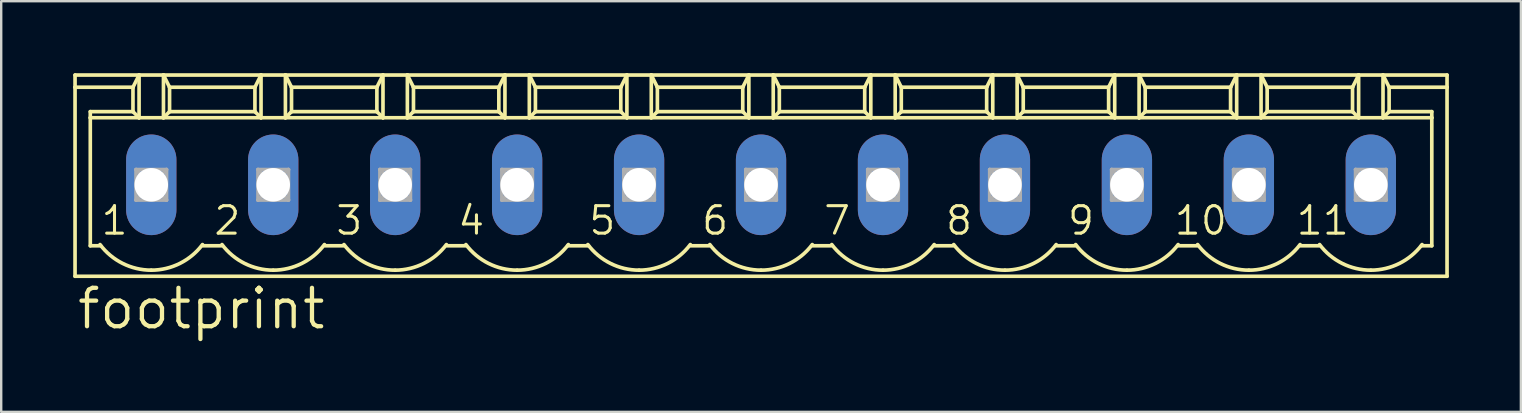
<source format=kicad_pcb>
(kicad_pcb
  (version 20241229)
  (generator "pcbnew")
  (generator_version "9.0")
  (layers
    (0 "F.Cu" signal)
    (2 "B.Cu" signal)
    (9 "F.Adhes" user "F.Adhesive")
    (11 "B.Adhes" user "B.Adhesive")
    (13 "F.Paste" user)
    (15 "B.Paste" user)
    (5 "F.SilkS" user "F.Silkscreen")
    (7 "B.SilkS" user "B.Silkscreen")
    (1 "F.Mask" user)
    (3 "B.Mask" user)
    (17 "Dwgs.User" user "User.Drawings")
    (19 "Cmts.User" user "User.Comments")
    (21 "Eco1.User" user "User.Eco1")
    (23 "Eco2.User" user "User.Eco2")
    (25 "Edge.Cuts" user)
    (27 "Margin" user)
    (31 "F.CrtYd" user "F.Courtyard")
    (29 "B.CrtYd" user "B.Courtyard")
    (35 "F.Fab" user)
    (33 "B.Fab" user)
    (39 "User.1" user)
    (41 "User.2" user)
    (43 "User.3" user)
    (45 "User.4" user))
  (footprint "footprint"
    (layer "F.Cu")
    (at 28.651 4.648)
    (property "Reference" "footprint" (at -28.575 6.096 0) (layer "F.SilkS") (effects (font (size 1.6 1.6) (thickness 0.178)) (justify left bottom)))
    (fp_line (start -28.575 -4.572) (end -28.575 -4.064) (stroke (width 0.152) (type solid)) (layer "F.SilkS"))
    (fp_line (start -28.575 -4.572) (end -25.908 -4.572) (stroke (width 0.152) (type solid)) (layer "F.SilkS"))
    (fp_line (start -28.575 -4.064) (end -28.575 3.81) (stroke (width 0.152) (type solid)) (layer "F.SilkS"))
    (fp_line (start -28.575 -4.064) (end -26.162 -4.064) (stroke (width 0.152) (type solid)) (layer "F.SilkS"))
    (fp_line (start -28.575 3.81) (end 28.575 3.81) (stroke (width 0.152) (type solid)) (layer "F.SilkS"))
    (fp_line (start -27.94 -2.794) (end -27.94 -3.048) (stroke (width 0.152) (type solid)) (layer "F.SilkS"))
    (fp_line (start -27.94 -2.794) (end -25.908 -2.794) (stroke (width 0.152) (type solid)) (layer "F.SilkS"))
    (fp_line (start -27.94 2.54) (end -27.94 -2.794) (stroke (width 0.152) (type solid)) (layer "F.SilkS"))
    (fp_line (start -27.94 2.54) (end -27.508 2.54) (stroke (width 0.152) (type solid)) (layer "F.SilkS"))
    (fp_line (start -26.162 -4.064) (end -26.162 -3.048) (stroke (width 0.152) (type solid)) (layer "F.SilkS"))
    (fp_line (start -26.162 -4.064) (end -25.908 -4.572) (stroke (width 0.152) (type solid)) (layer "F.SilkS"))
    (fp_line (start -26.162 -3.048) (end -27.94 -3.048) (stroke (width 0.152) (type solid)) (layer "F.SilkS"))
    (fp_line (start -26.162 -3.048) (end -25.908 -2.794) (stroke (width 0.152) (type solid)) (layer "F.SilkS"))
    (fp_line (start -25.908 -4.572) (end -24.892 -4.572) (stroke (width 0.152) (type solid)) (layer "F.SilkS"))
    (fp_line (start -25.908 -2.794) (end -25.908 -4.572) (stroke (width 0.152) (type solid)) (layer "F.SilkS"))
    (fp_line (start -25.908 -2.794) (end -24.892 -2.794) (stroke (width 0.152) (type solid)) (layer "F.SilkS"))
    (fp_line (start -24.892 -4.572) (end -24.638 -4.064) (stroke (width 0.152) (type solid)) (layer "F.SilkS"))
    (fp_line (start -24.892 -4.572) (end -20.828 -4.572) (stroke (width 0.152) (type solid)) (layer "F.SilkS"))
    (fp_line (start -24.892 -2.794) (end -24.892 -4.572) (stroke (width 0.152) (type solid)) (layer "F.SilkS"))
    (fp_line (start -24.892 -2.794) (end -20.828 -2.794) (stroke (width 0.152) (type solid)) (layer "F.SilkS"))
    (fp_line (start -24.638 -4.064) (end -24.638 -3.048) (stroke (width 0.152) (type solid)) (layer "F.SilkS"))
    (fp_line (start -24.638 -4.064) (end -21.082 -4.064) (stroke (width 0.152) (type solid)) (layer "F.SilkS"))
    (fp_line (start -24.638 -3.048) (end -24.892 -2.794) (stroke (width 0.152) (type solid)) (layer "F.SilkS"))
    (fp_line (start -23.241 2.54) (end -22.479 2.54) (stroke (width 0.152) (type solid)) (layer "F.SilkS"))
    (fp_line (start -21.082 -4.064) (end -21.082 -3.048) (stroke (width 0.152) (type solid)) (layer "F.SilkS"))
    (fp_line (start -21.082 -4.064) (end -20.828 -4.572) (stroke (width 0.152) (type solid)) (layer "F.SilkS"))
    (fp_line (start -21.082 -3.048) (end -24.638 -3.048) (stroke (width 0.152) (type solid)) (layer "F.SilkS"))
    (fp_line (start -21.082 -3.048) (end -20.828 -2.794) (stroke (width 0.152) (type solid)) (layer "F.SilkS"))
    (fp_line (start -20.828 -4.572) (end -19.812 -4.572) (stroke (width 0.152) (type solid)) (layer "F.SilkS"))
    (fp_line (start -20.828 -2.794) (end -20.828 -4.572) (stroke (width 0.152) (type solid)) (layer "F.SilkS"))
    (fp_line (start -20.828 -2.794) (end -19.812 -2.794) (stroke (width 0.152) (type solid)) (layer "F.SilkS"))
    (fp_line (start -19.812 -4.572) (end -19.558 -4.064) (stroke (width 0.152) (type solid)) (layer "F.SilkS"))
    (fp_line (start -19.812 -4.572) (end -15.748 -4.572) (stroke (width 0.152) (type solid)) (layer "F.SilkS"))
    (fp_line (start -19.812 -2.794) (end -19.812 -4.572) (stroke (width 0.152) (type solid)) (layer "F.SilkS"))
    (fp_line (start -19.812 -2.794) (end -15.748 -2.794) (stroke (width 0.152) (type solid)) (layer "F.SilkS"))
    (fp_line (start -19.558 -4.064) (end -19.558 -3.048) (stroke (width 0.152) (type solid)) (layer "F.SilkS"))
    (fp_line (start -19.558 -4.064) (end -16.002 -4.064) (stroke (width 0.152) (type solid)) (layer "F.SilkS"))
    (fp_line (start -19.558 -3.048) (end -19.812 -2.794) (stroke (width 0.152) (type solid)) (layer "F.SilkS"))
    (fp_line (start -18.161 2.54) (end -17.399 2.54) (stroke (width 0.152) (type solid)) (layer "F.SilkS"))
    (fp_line (start -16.002 -4.064) (end -16.002 -3.048) (stroke (width 0.152) (type solid)) (layer "F.SilkS"))
    (fp_line (start -16.002 -4.064) (end -15.748 -4.572) (stroke (width 0.152) (type solid)) (layer "F.SilkS"))
    (fp_line (start -16.002 -3.048) (end -19.558 -3.048) (stroke (width 0.152) (type solid)) (layer "F.SilkS"))
    (fp_line (start -16.002 -3.048) (end -15.748 -2.794) (stroke (width 0.152) (type solid)) (layer "F.SilkS"))
    (fp_line (start -15.748 -4.572) (end -14.732 -4.572) (stroke (width 0.152) (type solid)) (layer "F.SilkS"))
    (fp_line (start -15.748 -2.794) (end -15.748 -4.572) (stroke (width 0.152) (type solid)) (layer "F.SilkS"))
    (fp_line (start -15.748 -2.794) (end -14.732 -2.794) (stroke (width 0.152) (type solid)) (layer "F.SilkS"))
    (fp_line (start -14.732 -4.572) (end -14.478 -4.064) (stroke (width 0.152) (type solid)) (layer "F.SilkS"))
    (fp_line (start -14.732 -4.572) (end -10.668 -4.572) (stroke (width 0.152) (type solid)) (layer "F.SilkS"))
    (fp_line (start -14.732 -2.794) (end -14.732 -4.572) (stroke (width 0.152) (type solid)) (layer "F.SilkS"))
    (fp_line (start -14.732 -2.794) (end -10.668 -2.794) (stroke (width 0.152) (type solid)) (layer "F.SilkS"))
    (fp_line (start -14.478 -4.064) (end -14.478 -3.048) (stroke (width 0.152) (type solid)) (layer "F.SilkS"))
    (fp_line (start -14.478 -4.064) (end -10.922 -4.064) (stroke (width 0.152) (type solid)) (layer "F.SilkS"))
    (fp_line (start -14.478 -3.048) (end -14.732 -2.794) (stroke (width 0.152) (type solid)) (layer "F.SilkS"))
    (fp_line (start -14.478 -3.048) (end -10.922 -3.048) (stroke (width 0.152) (type solid)) (layer "F.SilkS"))
    (fp_line (start -13.081 2.54) (end -12.319 2.54) (stroke (width 0.152) (type solid)) (layer "F.SilkS"))
    (fp_line (start -10.922 -4.064) (end -10.922 -3.048) (stroke (width 0.152) (type solid)) (layer "F.SilkS"))
    (fp_line (start -10.922 -4.064) (end -10.668 -4.572) (stroke (width 0.152) (type solid)) (layer "F.SilkS"))
    (fp_line (start -10.922 -3.048) (end -10.668 -2.794) (stroke (width 0.152) (type solid)) (layer "F.SilkS"))
    (fp_line (start -10.668 -4.572) (end -9.652 -4.572) (stroke (width 0.152) (type solid)) (layer "F.SilkS"))
    (fp_line (start -10.668 -2.794) (end -10.668 -4.572) (stroke (width 0.152) (type solid)) (layer "F.SilkS"))
    (fp_line (start -10.668 -2.794) (end -9.652 -2.794) (stroke (width 0.152) (type solid)) (layer "F.SilkS"))
    (fp_line (start -9.652 -4.572) (end -9.398 -4.064) (stroke (width 0.152) (type solid)) (layer "F.SilkS"))
    (fp_line (start -9.652 -4.572) (end -5.588 -4.572) (stroke (width 0.152) (type solid)) (layer "F.SilkS"))
    (fp_line (start -9.652 -2.794) (end -9.652 -4.572) (stroke (width 0.152) (type solid)) (layer "F.SilkS"))
    (fp_line (start -9.652 -2.794) (end -5.588 -2.794) (stroke (width 0.152) (type solid)) (layer "F.SilkS"))
    (fp_line (start -9.398 -4.064) (end -9.398 -3.048) (stroke (width 0.152) (type solid)) (layer "F.SilkS"))
    (fp_line (start -9.398 -4.064) (end -5.842 -4.064) (stroke (width 0.152) (type solid)) (layer "F.SilkS"))
    (fp_line (start -9.398 -3.048) (end -9.652 -2.794) (stroke (width 0.152) (type solid)) (layer "F.SilkS"))
    (fp_line (start -8.052 2.54) (end -7.188 2.54) (stroke (width 0.152) (type solid)) (layer "F.SilkS"))
    (fp_line (start -5.842 -4.064) (end -5.842 -3.048) (stroke (width 0.152) (type solid)) (layer "F.SilkS"))
    (fp_line (start -5.842 -4.064) (end -5.588 -4.572) (stroke (width 0.152) (type solid)) (layer "F.SilkS"))
    (fp_line (start -5.842 -3.048) (end -9.398 -3.048) (stroke (width 0.152) (type solid)) (layer "F.SilkS"))
    (fp_line (start -5.842 -3.048) (end -5.588 -2.794) (stroke (width 0.152) (type solid)) (layer "F.SilkS"))
    (fp_line (start -5.588 -4.572) (end -4.572 -4.572) (stroke (width 0.152) (type solid)) (layer "F.SilkS"))
    (fp_line (start -5.588 -2.794) (end -5.588 -4.572) (stroke (width 0.152) (type solid)) (layer "F.SilkS"))
    (fp_line (start -5.588 -2.794) (end -4.572 -2.794) (stroke (width 0.152) (type solid)) (layer "F.SilkS"))
    (fp_line (start -4.572 -4.572) (end -4.318 -4.064) (stroke (width 0.152) (type solid)) (layer "F.SilkS"))
    (fp_line (start -4.572 -4.572) (end -0.508 -4.572) (stroke (width 0.152) (type solid)) (layer "F.SilkS"))
    (fp_line (start -4.572 -2.794) (end -4.572 -4.572) (stroke (width 0.152) (type solid)) (layer "F.SilkS"))
    (fp_line (start -4.572 -2.794) (end -0.508 -2.794) (stroke (width 0.152) (type solid)) (layer "F.SilkS"))
    (fp_line (start -4.318 -4.064) (end -4.318 -3.048) (stroke (width 0.152) (type solid)) (layer "F.SilkS"))
    (fp_line (start -4.318 -4.064) (end -0.762 -4.064) (stroke (width 0.152) (type solid)) (layer "F.SilkS"))
    (fp_line (start -4.318 -3.048) (end -4.572 -2.794) (stroke (width 0.152) (type solid)) (layer "F.SilkS"))
    (fp_line (start -2.921 2.54) (end -2.159 2.54) (stroke (width 0.152) (type solid)) (layer "F.SilkS"))
    (fp_line (start -0.762 -4.064) (end -0.762 -3.048) (stroke (width 0.152) (type solid)) (layer "F.SilkS"))
    (fp_line (start -0.762 -4.064) (end -0.508 -4.572) (stroke (width 0.152) (type solid)) (layer "F.SilkS"))
    (fp_line (start -0.762 -3.048) (end -4.318 -3.048) (stroke (width 0.152) (type solid)) (layer "F.SilkS"))
    (fp_line (start -0.762 -3.048) (end -0.508 -2.794) (stroke (width 0.152) (type solid)) (layer "F.SilkS"))
    (fp_line (start -0.508 -4.572) (end 0.508 -4.572) (stroke (width 0.152) (type solid)) (layer "F.SilkS"))
    (fp_line (start -0.508 -2.794) (end -0.508 -4.572) (stroke (width 0.152) (type solid)) (layer "F.SilkS"))
    (fp_line (start -0.508 -2.794) (end 0.508 -2.794) (stroke (width 0.152) (type solid)) (layer "F.SilkS"))
    (fp_line (start 0.508 -4.572) (end 0.762 -4.064) (stroke (width 0.152) (type solid)) (layer "F.SilkS"))
    (fp_line (start 0.508 -4.572) (end 4.572 -4.572) (stroke (width 0.152) (type solid)) (layer "F.SilkS"))
    (fp_line (start 0.508 -2.794) (end 0.508 -4.572) (stroke (width 0.152) (type solid)) (layer "F.SilkS"))
    (fp_line (start 0.508 -2.794) (end 4.572 -2.794) (stroke (width 0.152) (type solid)) (layer "F.SilkS"))
    (fp_line (start 0.762 -4.064) (end 0.762 -3.048) (stroke (width 0.152) (type solid)) (layer "F.SilkS"))
    (fp_line (start 0.762 -4.064) (end 4.318 -4.064) (stroke (width 0.152) (type solid)) (layer "F.SilkS"))
    (fp_line (start 0.762 -3.048) (end 0.508 -2.794) (stroke (width 0.152) (type solid)) (layer "F.SilkS"))
    (fp_line (start 2.159 2.54) (end 2.921 2.54) (stroke (width 0.152) (type solid)) (layer "F.SilkS"))
    (fp_line (start 4.318 -4.064) (end 4.318 -3.048) (stroke (width 0.152) (type solid)) (layer "F.SilkS"))
    (fp_line (start 4.318 -4.064) (end 4.572 -4.572) (stroke (width 0.152) (type solid)) (layer "F.SilkS"))
    (fp_line (start 4.318 -3.048) (end 0.762 -3.048) (stroke (width 0.152) (type solid)) (layer "F.SilkS"))
    (fp_line (start 4.318 -3.048) (end 4.572 -2.794) (stroke (width 0.152) (type solid)) (layer "F.SilkS"))
    (fp_line (start 4.572 -4.572) (end 5.588 -4.572) (stroke (width 0.152) (type solid)) (layer "F.SilkS"))
    (fp_line (start 4.572 -2.794) (end 4.572 -4.572) (stroke (width 0.152) (type solid)) (layer "F.SilkS"))
    (fp_line (start 4.572 -2.794) (end 5.588 -2.794) (stroke (width 0.152) (type solid)) (layer "F.SilkS"))
    (fp_line (start 5.588 -4.572) (end 5.842 -4.064) (stroke (width 0.152) (type solid)) (layer "F.SilkS"))
    (fp_line (start 5.588 -4.572) (end 9.652 -4.572) (stroke (width 0.152) (type solid)) (layer "F.SilkS"))
    (fp_line (start 5.588 -2.794) (end 5.588 -4.572) (stroke (width 0.152) (type solid)) (layer "F.SilkS"))
    (fp_line (start 5.588 -2.794) (end 9.652 -2.794) (stroke (width 0.152) (type solid)) (layer "F.SilkS"))
    (fp_line (start 5.842 -4.064) (end 5.842 -3.048) (stroke (width 0.152) (type solid)) (layer "F.SilkS"))
    (fp_line (start 5.842 -4.064) (end 9.398 -4.064) (stroke (width 0.152) (type solid)) (layer "F.SilkS"))
    (fp_line (start 5.842 -3.048) (end 5.588 -2.794) (stroke (width 0.152) (type solid)) (layer "F.SilkS"))
    (fp_line (start 5.842 -3.048) (end 9.398 -3.048) (stroke (width 0.152) (type solid)) (layer "F.SilkS"))
    (fp_line (start 7.239 2.54) (end 8.001 2.54) (stroke (width 0.152) (type solid)) (layer "F.SilkS"))
    (fp_line (start 9.398 -4.064) (end 9.398 -3.048) (stroke (width 0.152) (type solid)) (layer "F.SilkS"))
    (fp_line (start 9.398 -4.064) (end 9.652 -4.572) (stroke (width 0.152) (type solid)) (layer "F.SilkS"))
    (fp_line (start 9.398 -3.048) (end 9.652 -2.794) (stroke (width 0.152) (type solid)) (layer "F.SilkS"))
    (fp_line (start 9.652 -4.572) (end 10.668 -4.572) (stroke (width 0.152) (type solid)) (layer "F.SilkS"))
    (fp_line (start 9.652 -2.794) (end 9.652 -4.572) (stroke (width 0.152) (type solid)) (layer "F.SilkS"))
    (fp_line (start 9.652 -2.794) (end 10.668 -2.794) (stroke (width 0.152) (type solid)) (layer "F.SilkS"))
    (fp_line (start 10.668 -4.572) (end 10.922 -4.064) (stroke (width 0.152) (type solid)) (layer "F.SilkS"))
    (fp_line (start 10.668 -4.572) (end 14.732 -4.572) (stroke (width 0.152) (type solid)) (layer "F.SilkS"))
    (fp_line (start 10.668 -2.794) (end 10.668 -4.572) (stroke (width 0.152) (type solid)) (layer "F.SilkS"))
    (fp_line (start 10.668 -2.794) (end 14.732 -2.794) (stroke (width 0.152) (type solid)) (layer "F.SilkS"))
    (fp_line (start 10.922 -4.064) (end 10.922 -3.048) (stroke (width 0.152) (type solid)) (layer "F.SilkS"))
    (fp_line (start 10.922 -4.064) (end 14.478 -4.064) (stroke (width 0.152) (type solid)) (layer "F.SilkS"))
    (fp_line (start 10.922 -3.048) (end 10.668 -2.794) (stroke (width 0.152) (type solid)) (layer "F.SilkS"))
    (fp_line (start 10.922 -3.048) (end 14.478 -3.048) (stroke (width 0.152) (type solid)) (layer "F.SilkS"))
    (fp_line (start 12.319 2.54) (end 13.081 2.54) (stroke (width 0.152) (type solid)) (layer "F.SilkS"))
    (fp_line (start 14.478 -4.064) (end 14.478 -3.048) (stroke (width 0.152) (type solid)) (layer "F.SilkS"))
    (fp_line (start 14.478 -4.064) (end 14.732 -4.572) (stroke (width 0.152) (type solid)) (layer "F.SilkS"))
    (fp_line (start 14.478 -3.048) (end 14.732 -2.794) (stroke (width 0.152) (type solid)) (layer "F.SilkS"))
    (fp_line (start 14.732 -4.572) (end 15.748 -4.572) (stroke (width 0.152) (type solid)) (layer "F.SilkS"))
    (fp_line (start 14.732 -2.794) (end 14.732 -4.572) (stroke (width 0.152) (type solid)) (layer "F.SilkS"))
    (fp_line (start 14.732 -2.794) (end 15.748 -2.794) (stroke (width 0.152) (type solid)) (layer "F.SilkS"))
    (fp_line (start 15.748 -4.572) (end 16.002 -4.064) (stroke (width 0.152) (type solid)) (layer "F.SilkS"))
    (fp_line (start 15.748 -4.572) (end 19.812 -4.572) (stroke (width 0.152) (type solid)) (layer "F.SilkS"))
    (fp_line (start 15.748 -2.794) (end 15.748 -4.572) (stroke (width 0.152) (type solid)) (layer "F.SilkS"))
    (fp_line (start 15.748 -2.794) (end 19.812 -2.794) (stroke (width 0.152) (type solid)) (layer "F.SilkS"))
    (fp_line (start 16.002 -4.064) (end 16.002 -3.048) (stroke (width 0.152) (type solid)) (layer "F.SilkS"))
    (fp_line (start 16.002 -4.064) (end 19.558 -4.064) (stroke (width 0.152) (type solid)) (layer "F.SilkS"))
    (fp_line (start 16.002 -3.048) (end 15.748 -2.794) (stroke (width 0.152) (type solid)) (layer "F.SilkS"))
    (fp_line (start 16.002 -3.048) (end 19.558 -3.048) (stroke (width 0.152) (type solid)) (layer "F.SilkS"))
    (fp_line (start 17.399 2.54) (end 18.161 2.54) (stroke (width 0.152) (type solid)) (layer "F.SilkS"))
    (fp_line (start 19.558 -4.064) (end 19.558 -3.048) (stroke (width 0.152) (type solid)) (layer "F.SilkS"))
    (fp_line (start 19.558 -4.064) (end 19.812 -4.572) (stroke (width 0.152) (type solid)) (layer "F.SilkS"))
    (fp_line (start 19.558 -3.048) (end 19.812 -2.794) (stroke (width 0.152) (type solid)) (layer "F.SilkS"))
    (fp_line (start 19.812 -4.572) (end 20.828 -4.572) (stroke (width 0.152) (type solid)) (layer "F.SilkS"))
    (fp_line (start 19.812 -2.794) (end 19.812 -4.572) (stroke (width 0.152) (type solid)) (layer "F.SilkS"))
    (fp_line (start 19.812 -2.794) (end 20.828 -2.794) (stroke (width 0.152) (type solid)) (layer "F.SilkS"))
    (fp_line (start 20.828 -4.572) (end 21.082 -4.064) (stroke (width 0.152) (type solid)) (layer "F.SilkS"))
    (fp_line (start 20.828 -4.572) (end 24.892 -4.572) (stroke (width 0.152) (type solid)) (layer "F.SilkS"))
    (fp_line (start 20.828 -2.794) (end 20.828 -4.572) (stroke (width 0.152) (type solid)) (layer "F.SilkS"))
    (fp_line (start 20.828 -2.794) (end 24.892 -2.794) (stroke (width 0.152) (type solid)) (layer "F.SilkS"))
    (fp_line (start 21.082 -4.064) (end 21.082 -3.048) (stroke (width 0.152) (type solid)) (layer "F.SilkS"))
    (fp_line (start 21.082 -4.064) (end 24.638 -4.064) (stroke (width 0.152) (type solid)) (layer "F.SilkS"))
    (fp_line (start 21.082 -3.048) (end 20.828 -2.794) (stroke (width 0.152) (type solid)) (layer "F.SilkS"))
    (fp_line (start 21.082 -3.048) (end 24.638 -3.048) (stroke (width 0.152) (type solid)) (layer "F.SilkS"))
    (fp_line (start 22.479 2.54) (end 23.241 2.54) (stroke (width 0.152) (type solid)) (layer "F.SilkS"))
    (fp_line (start 24.638 -4.064) (end 24.638 -3.048) (stroke (width 0.152) (type solid)) (layer "F.SilkS"))
    (fp_line (start 24.638 -4.064) (end 24.892 -4.572) (stroke (width 0.152) (type solid)) (layer "F.SilkS"))
    (fp_line (start 24.638 -3.048) (end 24.892 -2.794) (stroke (width 0.152) (type solid)) (layer "F.SilkS"))
    (fp_line (start 24.892 -4.572) (end 25.908 -4.572) (stroke (width 0.152) (type solid)) (layer "F.SilkS"))
    (fp_line (start 24.892 -2.794) (end 24.892 -4.572) (stroke (width 0.152) (type solid)) (layer "F.SilkS"))
    (fp_line (start 24.892 -2.794) (end 25.908 -2.794) (stroke (width 0.152) (type solid)) (layer "F.SilkS"))
    (fp_line (start 25.908 -4.572) (end 26.162 -4.064) (stroke (width 0.152) (type solid)) (layer "F.SilkS"))
    (fp_line (start 25.908 -4.572) (end 28.575 -4.572) (stroke (width 0.152) (type solid)) (layer "F.SilkS"))
    (fp_line (start 25.908 -2.794) (end 25.908 -4.572) (stroke (width 0.152) (type solid)) (layer "F.SilkS"))
    (fp_line (start 25.908 -2.794) (end 27.94 -2.794) (stroke (width 0.152) (type solid)) (layer "F.SilkS"))
    (fp_line (start 26.162 -4.064) (end 26.162 -3.048) (stroke (width 0.152) (type solid)) (layer "F.SilkS"))
    (fp_line (start 26.162 -4.064) (end 28.575 -4.064) (stroke (width 0.152) (type solid)) (layer "F.SilkS"))
    (fp_line (start 26.162 -3.048) (end 25.908 -2.794) (stroke (width 0.152) (type solid)) (layer "F.SilkS"))
    (fp_line (start 26.162 -3.048) (end 27.94 -3.048) (stroke (width 0.152) (type solid)) (layer "F.SilkS"))
    (fp_line (start 27.508 2.54) (end 27.94 2.54) (stroke (width 0.152) (type solid)) (layer "F.SilkS"))
    (fp_line (start 27.94 -3.048) (end 27.94 -2.794) (stroke (width 0.152) (type solid)) (layer "F.SilkS"))
    (fp_line (start 27.94 -2.794) (end 27.94 2.54) (stroke (width 0.152) (type solid)) (layer "F.SilkS"))
    (fp_line (start 28.575 -4.064) (end 28.575 -4.572) (stroke (width 0.152) (type solid)) (layer "F.SilkS"))
    (fp_line (start 28.575 3.81) (end 28.575 -4.064) (stroke (width 0.152) (type solid)) (layer "F.SilkS"))
    (fp_arc (start -25.399999 3.556) (mid -26.592718 3.274437) (end -27.5336 2.4892) (stroke (width 0.1524) (type solid)) (layer "F.SilkS"))
    (fp_arc (start -23.266399 2.4892) (mid -24.207281 3.274438) (end -25.4 3.556) (stroke (width 0.1524) (type solid)) (layer "F.SilkS"))
    (fp_arc (start -20.319999 3.556) (mid -21.512718 3.274437) (end -22.4536 2.4892) (stroke (width 0.1524) (type solid)) (layer "F.SilkS"))
    (fp_arc (start -18.186399 2.4892) (mid -19.127281 3.274438) (end -20.32 3.556) (stroke (width 0.1524) (type solid)) (layer "F.SilkS"))
    (fp_arc (start -15.239999 3.556) (mid -16.432718 3.274437) (end -17.3736 2.4892) (stroke (width 0.1524) (type solid)) (layer "F.SilkS"))
    (fp_arc (start -13.106399 2.4892) (mid -14.047281 3.274438) (end -15.24 3.556) (stroke (width 0.1524) (type solid)) (layer "F.SilkS"))
    (fp_arc (start -10.159999 3.556) (mid -11.352718 3.274437) (end -12.2936 2.4892) (stroke (width 0.1524) (type solid)) (layer "F.SilkS"))
    (fp_arc (start -8.026399 2.4892) (mid -8.967281 3.274438) (end -10.16 3.556) (stroke (width 0.1524) (type solid)) (layer "F.SilkS"))
    (fp_arc (start -5.079999 3.556) (mid -6.272718 3.274437) (end -7.2136 2.4892) (stroke (width 0.1524) (type solid)) (layer "F.SilkS"))
    (fp_arc (start -2.946399 2.4892) (mid -3.887281 3.274438) (end -5.08 3.556) (stroke (width 0.1524) (type solid)) (layer "F.SilkS"))
    (fp_arc (start 0.000001 3.556) (mid -1.192718 3.274438) (end -2.1336 2.4892) (stroke (width 0.1524) (type solid)) (layer "F.SilkS"))
    (fp_arc (start 2.133601 2.4892) (mid 1.192719 3.274438) (end 0 3.556) (stroke (width 0.1524) (type solid)) (layer "F.SilkS"))
    (fp_arc (start 5.080001 3.556) (mid 3.887282 3.274438) (end 2.9464 2.4892) (stroke (width 0.1524) (type solid)) (layer "F.SilkS"))
    (fp_arc (start 7.2136 2.489199) (mid 6.272719 3.274437) (end 5.08 3.556) (stroke (width 0.1524) (type solid)) (layer "F.SilkS"))
    (fp_arc (start 10.160001 3.556) (mid 8.967282 3.274438) (end 8.0264 2.4892) (stroke (width 0.1524) (type solid)) (layer "F.SilkS"))
    (fp_arc (start 12.2936 2.489199) (mid 11.352719 3.274437) (end 10.16 3.556) (stroke (width 0.1524) (type solid)) (layer "F.SilkS"))
    (fp_arc (start 15.240001 3.556) (mid 14.047282 3.274438) (end 13.1064 2.4892) (stroke (width 0.1524) (type solid)) (layer "F.SilkS"))
    (fp_arc (start 17.3736 2.489199) (mid 16.432719 3.274437) (end 15.24 3.556) (stroke (width 0.1524) (type solid)) (layer "F.SilkS"))
    (fp_arc (start 20.320001 3.556) (mid 19.127282 3.274438) (end 18.1864 2.4892) (stroke (width 0.1524) (type solid)) (layer "F.SilkS"))
    (fp_arc (start 22.4536 2.489199) (mid 21.512719 3.274437) (end 20.32 3.556) (stroke (width 0.1524) (type solid)) (layer "F.SilkS"))
    (fp_arc (start 25.400001 3.556) (mid 24.207282 3.274438) (end 23.2664 2.4892) (stroke (width 0.1524) (type solid)) (layer "F.SilkS"))
    (fp_arc (start 27.5336 2.489199) (mid 26.592719 3.274437) (end 25.4 3.556) (stroke (width 0.1524) (type solid)) (layer "F.SilkS"))
    (fp_line (start -26.035 -0.635) (end -26.035 0.635) (stroke (width 0.152) (type solid)) (layer "F.Fab"))
    (fp_line (start -26.035 -0.635) (end -24.765 0.635) (stroke (width 0.152) (type solid)) (layer "F.Fab"))
    (fp_line (start -26.035 0.635) (end -24.765 -0.635) (stroke (width 0.152) (type solid)) (layer "F.Fab"))
    (fp_line (start -26.035 0.635) (end -24.765 0.635) (stroke (width 0.152) (type solid)) (layer "F.Fab"))
    (fp_line (start -24.765 -0.635) (end -26.035 -0.635) (stroke (width 0.152) (type solid)) (layer "F.Fab"))
    (fp_line (start -24.765 0.635) (end -24.765 -0.635) (stroke (width 0.152) (type solid)) (layer "F.Fab"))
    (fp_line (start -20.955 -0.635) (end -20.955 0.635) (stroke (width 0.152) (type solid)) (layer "F.Fab"))
    (fp_line (start -20.955 -0.635) (end -19.685 0.635) (stroke (width 0.152) (type solid)) (layer "F.Fab"))
    (fp_line (start -20.955 0.635) (end -19.685 -0.635) (stroke (width 0.152) (type solid)) (layer "F.Fab"))
    (fp_line (start -20.955 0.635) (end -19.685 0.635) (stroke (width 0.152) (type solid)) (layer "F.Fab"))
    (fp_line (start -19.685 -0.635) (end -20.955 -0.635) (stroke (width 0.152) (type solid)) (layer "F.Fab"))
    (fp_line (start -19.685 0.635) (end -19.685 -0.635) (stroke (width 0.152) (type solid)) (layer "F.Fab"))
    (fp_line (start -15.875 -0.635) (end -15.875 0.635) (stroke (width 0.152) (type solid)) (layer "F.Fab"))
    (fp_line (start -15.875 -0.635) (end -14.605 0.635) (stroke (width 0.152) (type solid)) (layer "F.Fab"))
    (fp_line (start -15.875 0.635) (end -14.605 -0.635) (stroke (width 0.152) (type solid)) (layer "F.Fab"))
    (fp_line (start -15.875 0.635) (end -14.605 0.635) (stroke (width 0.152) (type solid)) (layer "F.Fab"))
    (fp_line (start -14.605 -0.635) (end -15.875 -0.635) (stroke (width 0.152) (type solid)) (layer "F.Fab"))
    (fp_line (start -14.605 0.635) (end -14.605 -0.635) (stroke (width 0.152) (type solid)) (layer "F.Fab"))
    (fp_line (start -10.795 -0.635) (end -10.795 0.635) (stroke (width 0.152) (type solid)) (layer "F.Fab"))
    (fp_line (start -10.795 -0.635) (end -9.525 0.635) (stroke (width 0.152) (type solid)) (layer "F.Fab"))
    (fp_line (start -10.795 0.635) (end -9.525 -0.635) (stroke (width 0.152) (type solid)) (layer "F.Fab"))
    (fp_line (start -10.795 0.635) (end -9.525 0.635) (stroke (width 0.152) (type solid)) (layer "F.Fab"))
    (fp_line (start -9.525 -0.635) (end -10.795 -0.635) (stroke (width 0.152) (type solid)) (layer "F.Fab"))
    (fp_line (start -9.525 0.635) (end -9.525 -0.635) (stroke (width 0.152) (type solid)) (layer "F.Fab"))
    (fp_line (start -5.715 -0.635) (end -5.715 0.635) (stroke (width 0.152) (type solid)) (layer "F.Fab"))
    (fp_line (start -5.715 -0.635) (end -4.445 0.635) (stroke (width 0.152) (type solid)) (layer "F.Fab"))
    (fp_line (start -5.715 0.635) (end -4.445 -0.635) (stroke (width 0.152) (type solid)) (layer "F.Fab"))
    (fp_line (start -5.715 0.635) (end -4.445 0.635) (stroke (width 0.152) (type solid)) (layer "F.Fab"))
    (fp_line (start -4.445 -0.635) (end -5.715 -0.635) (stroke (width 0.152) (type solid)) (layer "F.Fab"))
    (fp_line (start -4.445 0.635) (end -4.445 -0.635) (stroke (width 0.152) (type solid)) (layer "F.Fab"))
    (fp_line (start -0.635 -0.635) (end -0.635 0.635) (stroke (width 0.152) (type solid)) (layer "F.Fab"))
    (fp_line (start -0.635 -0.635) (end 0.635 0.635) (stroke (width 0.152) (type solid)) (layer "F.Fab"))
    (fp_line (start -0.635 0.635) (end 0.635 -0.635) (stroke (width 0.152) (type solid)) (layer "F.Fab"))
    (fp_line (start -0.635 0.635) (end 0.635 0.635) (stroke (width 0.152) (type solid)) (layer "F.Fab"))
    (fp_line (start 0.635 -0.635) (end -0.635 -0.635) (stroke (width 0.152) (type solid)) (layer "F.Fab"))
    (fp_line (start 0.635 0.635) (end 0.635 -0.635) (stroke (width 0.152) (type solid)) (layer "F.Fab"))
    (fp_line (start 4.445 -0.635) (end 4.445 0.635) (stroke (width 0.152) (type solid)) (layer "F.Fab"))
    (fp_line (start 4.445 -0.635) (end 5.715 0.635) (stroke (width 0.152) (type solid)) (layer "F.Fab"))
    (fp_line (start 4.445 0.635) (end 5.715 -0.635) (stroke (width 0.152) (type solid)) (layer "F.Fab"))
    (fp_line (start 4.445 0.635) (end 5.715 0.635) (stroke (width 0.152) (type solid)) (layer "F.Fab"))
    (fp_line (start 5.715 -0.635) (end 4.445 -0.635) (stroke (width 0.152) (type solid)) (layer "F.Fab"))
    (fp_line (start 5.715 0.635) (end 5.715 -0.635) (stroke (width 0.152) (type solid)) (layer "F.Fab"))
    (fp_line (start 9.525 -0.635) (end 9.525 0.635) (stroke (width 0.152) (type solid)) (layer "F.Fab"))
    (fp_line (start 9.525 -0.635) (end 10.795 0.635) (stroke (width 0.152) (type solid)) (layer "F.Fab"))
    (fp_line (start 9.525 0.635) (end 10.795 -0.635) (stroke (width 0.152) (type solid)) (layer "F.Fab"))
    (fp_line (start 9.525 0.635) (end 10.795 0.635) (stroke (width 0.152) (type solid)) (layer "F.Fab"))
    (fp_line (start 10.795 -0.635) (end 9.525 -0.635) (stroke (width 0.152) (type solid)) (layer "F.Fab"))
    (fp_line (start 10.795 0.635) (end 10.795 -0.635) (stroke (width 0.152) (type solid)) (layer "F.Fab"))
    (fp_line (start 14.605 -0.635) (end 14.605 0.635) (stroke (width 0.152) (type solid)) (layer "F.Fab"))
    (fp_line (start 14.605 -0.635) (end 15.875 0.635) (stroke (width 0.152) (type solid)) (layer "F.Fab"))
    (fp_line (start 14.605 0.635) (end 15.875 -0.635) (stroke (width 0.152) (type solid)) (layer "F.Fab"))
    (fp_line (start 14.605 0.635) (end 15.875 0.635) (stroke (width 0.152) (type solid)) (layer "F.Fab"))
    (fp_line (start 15.875 -0.635) (end 14.605 -0.635) (stroke (width 0.152) (type solid)) (layer "F.Fab"))
    (fp_line (start 15.875 0.635) (end 15.875 -0.635) (stroke (width 0.152) (type solid)) (layer "F.Fab"))
    (fp_line (start 19.685 -0.635) (end 19.685 0.635) (stroke (width 0.152) (type solid)) (layer "F.Fab"))
    (fp_line (start 19.685 -0.635) (end 20.955 0.635) (stroke (width 0.152) (type solid)) (layer "F.Fab"))
    (fp_line (start 19.685 0.635) (end 20.955 -0.635) (stroke (width 0.152) (type solid)) (layer "F.Fab"))
    (fp_line (start 19.685 0.635) (end 20.955 0.635) (stroke (width 0.152) (type solid)) (layer "F.Fab"))
    (fp_line (start 20.955 -0.635) (end 19.685 -0.635) (stroke (width 0.152) (type solid)) (layer "F.Fab"))
    (fp_line (start 20.955 0.635) (end 20.955 -0.635) (stroke (width 0.152) (type solid)) (layer "F.Fab"))
    (fp_line (start 24.765 -0.635) (end 24.765 0.635) (stroke (width 0.152) (type solid)) (layer "F.Fab"))
    (fp_line (start 24.765 -0.635) (end 26.035 0.635) (stroke (width 0.152) (type solid)) (layer "F.Fab"))
    (fp_line (start 24.765 0.635) (end 26.035 -0.635) (stroke (width 0.152) (type solid)) (layer "F.Fab"))
    (fp_line (start 24.765 0.635) (end 26.035 0.635) (stroke (width 0.152) (type solid)) (layer "F.Fab"))
    (fp_line (start 26.035 -0.635) (end 24.765 -0.635) (stroke (width 0.152) (type solid)) (layer "F.Fab"))
    (fp_line (start 26.035 0.635) (end 26.035 -0.635) (stroke (width 0.152) (type solid)) (layer "F.Fab"))
    (fp_text user "7" (at 2.54 2.159 0) (layer "F.SilkS") (effects (font (size 1.143 1.143) (thickness 0.127)) (justify left bottom)))
    (fp_text user "4" (at -12.7 2.159 0) (layer "F.SilkS") (effects (font (size 1.143 1.143) (thickness 0.127)) (justify left bottom)))
    (fp_text user "2" (at -22.86 2.159 0) (layer "F.SilkS") (effects (font (size 1.143 1.143) (thickness 0.127)) (justify left bottom)))
    (fp_text user "6" (at -2.54 2.159 0) (layer "F.SilkS") (effects (font (size 1.143 1.143) (thickness 0.127)) (justify left bottom)))
    (fp_text user "10" (at 17.145 2.159 0) (layer "F.SilkS") (effects (font (size 1.143 1.143) (thickness 0.127)) (justify left bottom)))
    (fp_text user "3" (at -17.78 2.159 0) (layer "F.SilkS") (effects (font (size 1.143 1.143) (thickness 0.127)) (justify left bottom)))
    (fp_text user "9" (at 12.7 2.159 0) (layer "F.SilkS") (effects (font (size 1.143 1.143) (thickness 0.127)) (justify left bottom)))
    (fp_text user "8" (at 7.62 2.159 0) (layer "F.SilkS") (effects (font (size 1.143 1.143) (thickness 0.127)) (justify left bottom)))
    (fp_text user "11" (at 22.225 2.159 0) (layer "F.SilkS") (effects (font (size 1.143 1.143) (thickness 0.127)) (justify left bottom)))
    (fp_text user "5" (at -7.239 2.159 0) (layer "F.SilkS") (effects (font (size 1.143 1.143) (thickness 0.127)) (justify left bottom)))
    (fp_text user "1" (at -27.559 2.159 0) (layer "F.SilkS") (effects (font (size 1.143 1.143) (thickness 0.127)) (justify left bottom)))
    (pad "1" thru_hole oval (at -25.4 0 90) (size 4.191 2.095) (drill 1.397) (layers "*.Cu" "*.Mask"))
    (pad "2" thru_hole oval (at -20.32 0 90) (size 4.191 2.095) (drill 1.397) (layers "*.Cu" "*.Mask"))
    (pad "3" thru_hole oval (at -15.24 0 90) (size 4.191 2.095) (drill 1.397) (layers "*.Cu" "*.Mask"))
    (pad "4" thru_hole oval (at -10.16 0 90) (size 4.191 2.095) (drill 1.397) (layers "*.Cu" "*.Mask"))
    (pad "5" thru_hole oval (at -5.08 0 90) (size 4.191 2.095) (drill 1.397) (layers "*.Cu" "*.Mask"))
    (pad "6" thru_hole oval (at 0 0 90) (size 4.191 2.095) (drill 1.397) (layers "*.Cu" "*.Mask"))
    (pad "7" thru_hole oval (at 5.08 0 90) (size 4.191 2.095) (drill 1.397) (layers "*.Cu" "*.Mask"))
    (pad "8" thru_hole oval (at 10.16 0 90) (size 4.191 2.095) (drill 1.397) (layers "*.Cu" "*.Mask"))
    (pad "9" thru_hole oval (at 15.24 0 90) (size 4.191 2.095) (drill 1.397) (layers "*.Cu" "*.Mask"))
    (pad "10" thru_hole oval (at 20.32 0 90) (size 4.191 2.095) (drill 1.397) (layers "*.Cu" "*.Mask"))
    (pad "11" thru_hole oval (at 25.4 0 90) (size 4.191 2.095) (drill 1.397) (layers "*.Cu" "*.Mask")))
  (gr_rect
    (start -3 -3)
    (end 60.302 14.107)
    (stroke (width 0.1) (type default))
    (fill no)
    (layer "Edge.Cuts")))
</source>
